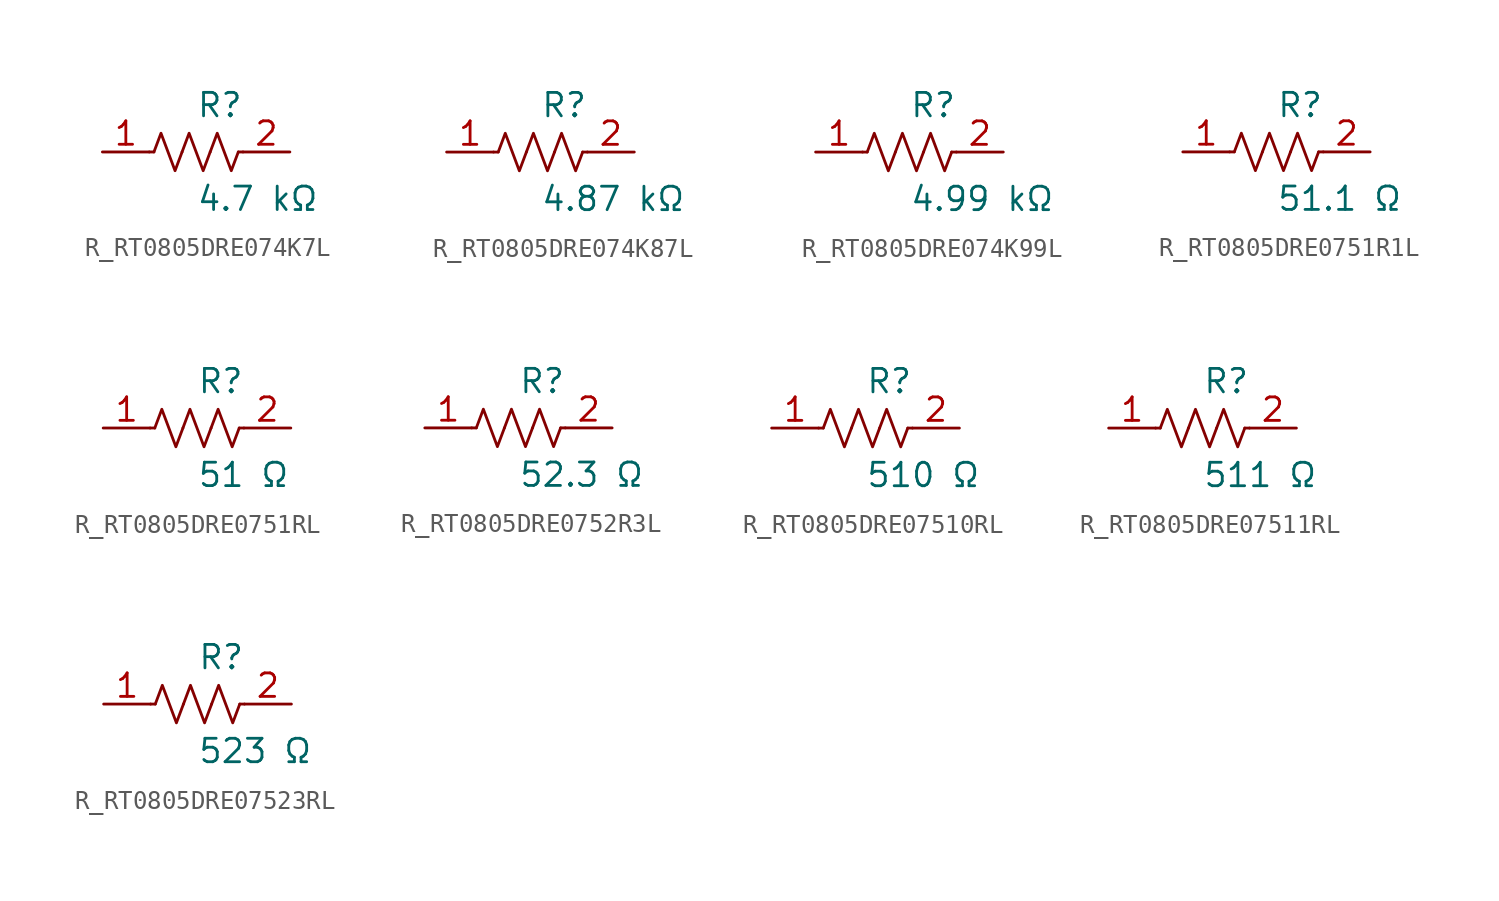
<source format=kicad_sym>
(kicad_symbol_lib
  (version 20231120)
  (generator kicad_symbol_editor)
  (generator_version 8.0)
  (symbol "R_RT0805DRE074K7L"
    (pin_names
      (offset 0.254))
    (property "Reference" "R"
      (at 0.0 2.54 0)
      (effects (font (size 1.27 1.27)) (justify left)))
    (property "Value" "4.7 kΩ"
      (at 0.0 -2.54 0)
      (effects (font (size 1.27 1.27)) (justify left)))
    (symbol "R_RT0805DRE074K7L_0_1"
      (polyline (pts (xy 2.286 0) (xy 2.54 0)) (stroke (width 0) (type default)) (fill (type none)))
      (polyline (pts (xy -2.286 0) (xy -2.54 0)) (stroke (width 0) (type default)) (fill (type none)))
      (polyline (pts (xy 0.762 0) (xy 1.143 1.016) (xy 1.524 0) (xy 1.905 -1.016) (xy 2.286 0)) (stroke (width 0) (type default)) (fill (type none)))
      (polyline (pts (xy -0.762 0) (xy -0.381 1.016) (xy 0 0) (xy 0.381 -1.016) (xy 0.762 0)) (stroke (width 0) (type default)) (fill (type none)))
      (polyline (pts (xy -2.286 0) (xy -1.905 1.016) (xy -1.524 0) (xy -1.143 -1.016) (xy -0.762 0)) (stroke (width 0) (type default)) (fill (type none))))
    (pin unspecified line
      (at -5.08 0 0)
      (length 2.54)
      (name "" (effects (font (size 1.27 1.27))))
      (number "1" (effects (font (size 1.27 1.27)))))
    (pin unspecified line
      (at 5.08 0 180)
      (length 2.54)
      (name "" (effects (font (size 1.27 1.27))))
      (number "2" (effects (font (size 1.27 1.27))))))
  (symbol "R_RT0805DRE074K87L"
    (pin_names
      (offset 0.254))
    (property "Reference" "R"
      (at 0.0 2.54 0)
      (effects (font (size 1.27 1.27)) (justify left)))
    (property "Value" "4.87 kΩ"
      (at 0.0 -2.54 0)
      (effects (font (size 1.27 1.27)) (justify left)))
    (symbol "R_RT0805DRE074K87L_0_1"
      (polyline (pts (xy 2.286 0) (xy 2.54 0)) (stroke (width 0) (type default)) (fill (type none)))
      (polyline (pts (xy -2.286 0) (xy -2.54 0)) (stroke (width 0) (type default)) (fill (type none)))
      (polyline (pts (xy 0.762 0) (xy 1.143 1.016) (xy 1.524 0) (xy 1.905 -1.016) (xy 2.286 0)) (stroke (width 0) (type default)) (fill (type none)))
      (polyline (pts (xy -0.762 0) (xy -0.381 1.016) (xy 0 0) (xy 0.381 -1.016) (xy 0.762 0)) (stroke (width 0) (type default)) (fill (type none)))
      (polyline (pts (xy -2.286 0) (xy -1.905 1.016) (xy -1.524 0) (xy -1.143 -1.016) (xy -0.762 0)) (stroke (width 0) (type default)) (fill (type none))))
    (pin unspecified line
      (at -5.08 0 0)
      (length 2.54)
      (name "" (effects (font (size 1.27 1.27))))
      (number "1" (effects (font (size 1.27 1.27)))))
    (pin unspecified line
      (at 5.08 0 180)
      (length 2.54)
      (name "" (effects (font (size 1.27 1.27))))
      (number "2" (effects (font (size 1.27 1.27))))))
  (symbol "R_RT0805DRE074K99L"
    (pin_names
      (offset 0.254))
    (property "Reference" "R"
      (at 0.0 2.54 0)
      (effects (font (size 1.27 1.27)) (justify left)))
    (property "Value" "4.99 kΩ"
      (at 0.0 -2.54 0)
      (effects (font (size 1.27 1.27)) (justify left)))
    (symbol "R_RT0805DRE074K99L_0_1"
      (polyline (pts (xy 2.286 0) (xy 2.54 0)) (stroke (width 0) (type default)) (fill (type none)))
      (polyline (pts (xy -2.286 0) (xy -2.54 0)) (stroke (width 0) (type default)) (fill (type none)))
      (polyline (pts (xy 0.762 0) (xy 1.143 1.016) (xy 1.524 0) (xy 1.905 -1.016) (xy 2.286 0)) (stroke (width 0) (type default)) (fill (type none)))
      (polyline (pts (xy -0.762 0) (xy -0.381 1.016) (xy 0 0) (xy 0.381 -1.016) (xy 0.762 0)) (stroke (width 0) (type default)) (fill (type none)))
      (polyline (pts (xy -2.286 0) (xy -1.905 1.016) (xy -1.524 0) (xy -1.143 -1.016) (xy -0.762 0)) (stroke (width 0) (type default)) (fill (type none))))
    (pin unspecified line
      (at -5.08 0 0)
      (length 2.54)
      (name "" (effects (font (size 1.27 1.27))))
      (number "1" (effects (font (size 1.27 1.27)))))
    (pin unspecified line
      (at 5.08 0 180)
      (length 2.54)
      (name "" (effects (font (size 1.27 1.27))))
      (number "2" (effects (font (size 1.27 1.27))))))
  (symbol "R_RT0805DRE0751R1L"
    (pin_names
      (offset 0.254))
    (property "Reference" "R"
      (at 0.0 2.54 0)
      (effects (font (size 1.27 1.27)) (justify left)))
    (property "Value" "51.1 Ω"
      (at 0.0 -2.54 0)
      (effects (font (size 1.27 1.27)) (justify left)))
    (symbol "R_RT0805DRE0751R1L_0_1"
      (polyline (pts (xy 2.286 0) (xy 2.54 0)) (stroke (width 0) (type default)) (fill (type none)))
      (polyline (pts (xy -2.286 0) (xy -2.54 0)) (stroke (width 0) (type default)) (fill (type none)))
      (polyline (pts (xy 0.762 0) (xy 1.143 1.016) (xy 1.524 0) (xy 1.905 -1.016) (xy 2.286 0)) (stroke (width 0) (type default)) (fill (type none)))
      (polyline (pts (xy -0.762 0) (xy -0.381 1.016) (xy 0 0) (xy 0.381 -1.016) (xy 0.762 0)) (stroke (width 0) (type default)) (fill (type none)))
      (polyline (pts (xy -2.286 0) (xy -1.905 1.016) (xy -1.524 0) (xy -1.143 -1.016) (xy -0.762 0)) (stroke (width 0) (type default)) (fill (type none))))
    (pin unspecified line
      (at -5.08 0 0)
      (length 2.54)
      (name "" (effects (font (size 1.27 1.27))))
      (number "1" (effects (font (size 1.27 1.27)))))
    (pin unspecified line
      (at 5.08 0 180)
      (length 2.54)
      (name "" (effects (font (size 1.27 1.27))))
      (number "2" (effects (font (size 1.27 1.27))))))
  (symbol "R_RT0805DRE0751RL"
    (pin_names
      (offset 0.254))
    (property "Reference" "R"
      (at 0.0 2.54 0)
      (effects (font (size 1.27 1.27)) (justify left)))
    (property "Value" "51 Ω"
      (at 0.0 -2.54 0)
      (effects (font (size 1.27 1.27)) (justify left)))
    (symbol "R_RT0805DRE0751RL_0_1"
      (polyline (pts (xy 2.286 0) (xy 2.54 0)) (stroke (width 0) (type default)) (fill (type none)))
      (polyline (pts (xy -2.286 0) (xy -2.54 0)) (stroke (width 0) (type default)) (fill (type none)))
      (polyline (pts (xy 0.762 0) (xy 1.143 1.016) (xy 1.524 0) (xy 1.905 -1.016) (xy 2.286 0)) (stroke (width 0) (type default)) (fill (type none)))
      (polyline (pts (xy -0.762 0) (xy -0.381 1.016) (xy 0 0) (xy 0.381 -1.016) (xy 0.762 0)) (stroke (width 0) (type default)) (fill (type none)))
      (polyline (pts (xy -2.286 0) (xy -1.905 1.016) (xy -1.524 0) (xy -1.143 -1.016) (xy -0.762 0)) (stroke (width 0) (type default)) (fill (type none))))
    (pin unspecified line
      (at -5.08 0 0)
      (length 2.54)
      (name "" (effects (font (size 1.27 1.27))))
      (number "1" (effects (font (size 1.27 1.27)))))
    (pin unspecified line
      (at 5.08 0 180)
      (length 2.54)
      (name "" (effects (font (size 1.27 1.27))))
      (number "2" (effects (font (size 1.27 1.27))))))
  (symbol "R_RT0805DRE0752R3L"
    (pin_names
      (offset 0.254))
    (property "Reference" "R"
      (at 0.0 2.54 0)
      (effects (font (size 1.27 1.27)) (justify left)))
    (property "Value" "52.3 Ω"
      (at 0.0 -2.54 0)
      (effects (font (size 1.27 1.27)) (justify left)))
    (symbol "R_RT0805DRE0752R3L_0_1"
      (polyline (pts (xy 2.286 0) (xy 2.54 0)) (stroke (width 0) (type default)) (fill (type none)))
      (polyline (pts (xy -2.286 0) (xy -2.54 0)) (stroke (width 0) (type default)) (fill (type none)))
      (polyline (pts (xy 0.762 0) (xy 1.143 1.016) (xy 1.524 0) (xy 1.905 -1.016) (xy 2.286 0)) (stroke (width 0) (type default)) (fill (type none)))
      (polyline (pts (xy -0.762 0) (xy -0.381 1.016) (xy 0 0) (xy 0.381 -1.016) (xy 0.762 0)) (stroke (width 0) (type default)) (fill (type none)))
      (polyline (pts (xy -2.286 0) (xy -1.905 1.016) (xy -1.524 0) (xy -1.143 -1.016) (xy -0.762 0)) (stroke (width 0) (type default)) (fill (type none))))
    (pin unspecified line
      (at -5.08 0 0)
      (length 2.54)
      (name "" (effects (font (size 1.27 1.27))))
      (number "1" (effects (font (size 1.27 1.27)))))
    (pin unspecified line
      (at 5.08 0 180)
      (length 2.54)
      (name "" (effects (font (size 1.27 1.27))))
      (number "2" (effects (font (size 1.27 1.27))))))
  (symbol "R_RT0805DRE07510RL"
    (pin_names
      (offset 0.254))
    (property "Reference" "R"
      (at 0.0 2.54 0)
      (effects (font (size 1.27 1.27)) (justify left)))
    (property "Value" "510 Ω"
      (at 0.0 -2.54 0)
      (effects (font (size 1.27 1.27)) (justify left)))
    (symbol "R_RT0805DRE07510RL_0_1"
      (polyline (pts (xy 2.286 0) (xy 2.54 0)) (stroke (width 0) (type default)) (fill (type none)))
      (polyline (pts (xy -2.286 0) (xy -2.54 0)) (stroke (width 0) (type default)) (fill (type none)))
      (polyline (pts (xy 0.762 0) (xy 1.143 1.016) (xy 1.524 0) (xy 1.905 -1.016) (xy 2.286 0)) (stroke (width 0) (type default)) (fill (type none)))
      (polyline (pts (xy -0.762 0) (xy -0.381 1.016) (xy 0 0) (xy 0.381 -1.016) (xy 0.762 0)) (stroke (width 0) (type default)) (fill (type none)))
      (polyline (pts (xy -2.286 0) (xy -1.905 1.016) (xy -1.524 0) (xy -1.143 -1.016) (xy -0.762 0)) (stroke (width 0) (type default)) (fill (type none))))
    (pin unspecified line
      (at -5.08 0 0)
      (length 2.54)
      (name "" (effects (font (size 1.27 1.27))))
      (number "1" (effects (font (size 1.27 1.27)))))
    (pin unspecified line
      (at 5.08 0 180)
      (length 2.54)
      (name "" (effects (font (size 1.27 1.27))))
      (number "2" (effects (font (size 1.27 1.27))))))
  (symbol "R_RT0805DRE07511RL"
    (pin_names
      (offset 0.254))
    (property "Reference" "R"
      (at 0.0 2.54 0)
      (effects (font (size 1.27 1.27)) (justify left)))
    (property "Value" "511 Ω"
      (at 0.0 -2.54 0)
      (effects (font (size 1.27 1.27)) (justify left)))
    (symbol "R_RT0805DRE07511RL_0_1"
      (polyline (pts (xy 2.286 0) (xy 2.54 0)) (stroke (width 0) (type default)) (fill (type none)))
      (polyline (pts (xy -2.286 0) (xy -2.54 0)) (stroke (width 0) (type default)) (fill (type none)))
      (polyline (pts (xy 0.762 0) (xy 1.143 1.016) (xy 1.524 0) (xy 1.905 -1.016) (xy 2.286 0)) (stroke (width 0) (type default)) (fill (type none)))
      (polyline (pts (xy -0.762 0) (xy -0.381 1.016) (xy 0 0) (xy 0.381 -1.016) (xy 0.762 0)) (stroke (width 0) (type default)) (fill (type none)))
      (polyline (pts (xy -2.286 0) (xy -1.905 1.016) (xy -1.524 0) (xy -1.143 -1.016) (xy -0.762 0)) (stroke (width 0) (type default)) (fill (type none))))
    (pin unspecified line
      (at -5.08 0 0)
      (length 2.54)
      (name "" (effects (font (size 1.27 1.27))))
      (number "1" (effects (font (size 1.27 1.27)))))
    (pin unspecified line
      (at 5.08 0 180)
      (length 2.54)
      (name "" (effects (font (size 1.27 1.27))))
      (number "2" (effects (font (size 1.27 1.27))))))
  (symbol "R_RT0805DRE07523RL"
    (pin_names
      (offset 0.254))
    (property "Reference" "R"
      (at 0.0 2.54 0)
      (effects (font (size 1.27 1.27)) (justify left)))
    (property "Value" "523 Ω"
      (at 0.0 -2.54 0)
      (effects (font (size 1.27 1.27)) (justify left)))
    (symbol "R_RT0805DRE07523RL_0_1"
      (polyline (pts (xy 2.286 0) (xy 2.54 0)) (stroke (width 0) (type default)) (fill (type none)))
      (polyline (pts (xy -2.286 0) (xy -2.54 0)) (stroke (width 0) (type default)) (fill (type none)))
      (polyline (pts (xy 0.762 0) (xy 1.143 1.016) (xy 1.524 0) (xy 1.905 -1.016) (xy 2.286 0)) (stroke (width 0) (type default)) (fill (type none)))
      (polyline (pts (xy -0.762 0) (xy -0.381 1.016) (xy 0 0) (xy 0.381 -1.016) (xy 0.762 0)) (stroke (width 0) (type default)) (fill (type none)))
      (polyline (pts (xy -2.286 0) (xy -1.905 1.016) (xy -1.524 0) (xy -1.143 -1.016) (xy -0.762 0)) (stroke (width 0) (type default)) (fill (type none))))
    (pin unspecified line
      (at -5.08 0 0)
      (length 2.54)
      (name "" (effects (font (size 1.27 1.27))))
      (number "1" (effects (font (size 1.27 1.27)))))
    (pin unspecified line
      (at 5.08 0 180)
      (length 2.54)
      (name "" (effects (font (size 1.27 1.27))))
      (number "2" (effects (font (size 1.27 1.27)))))))
</source>
